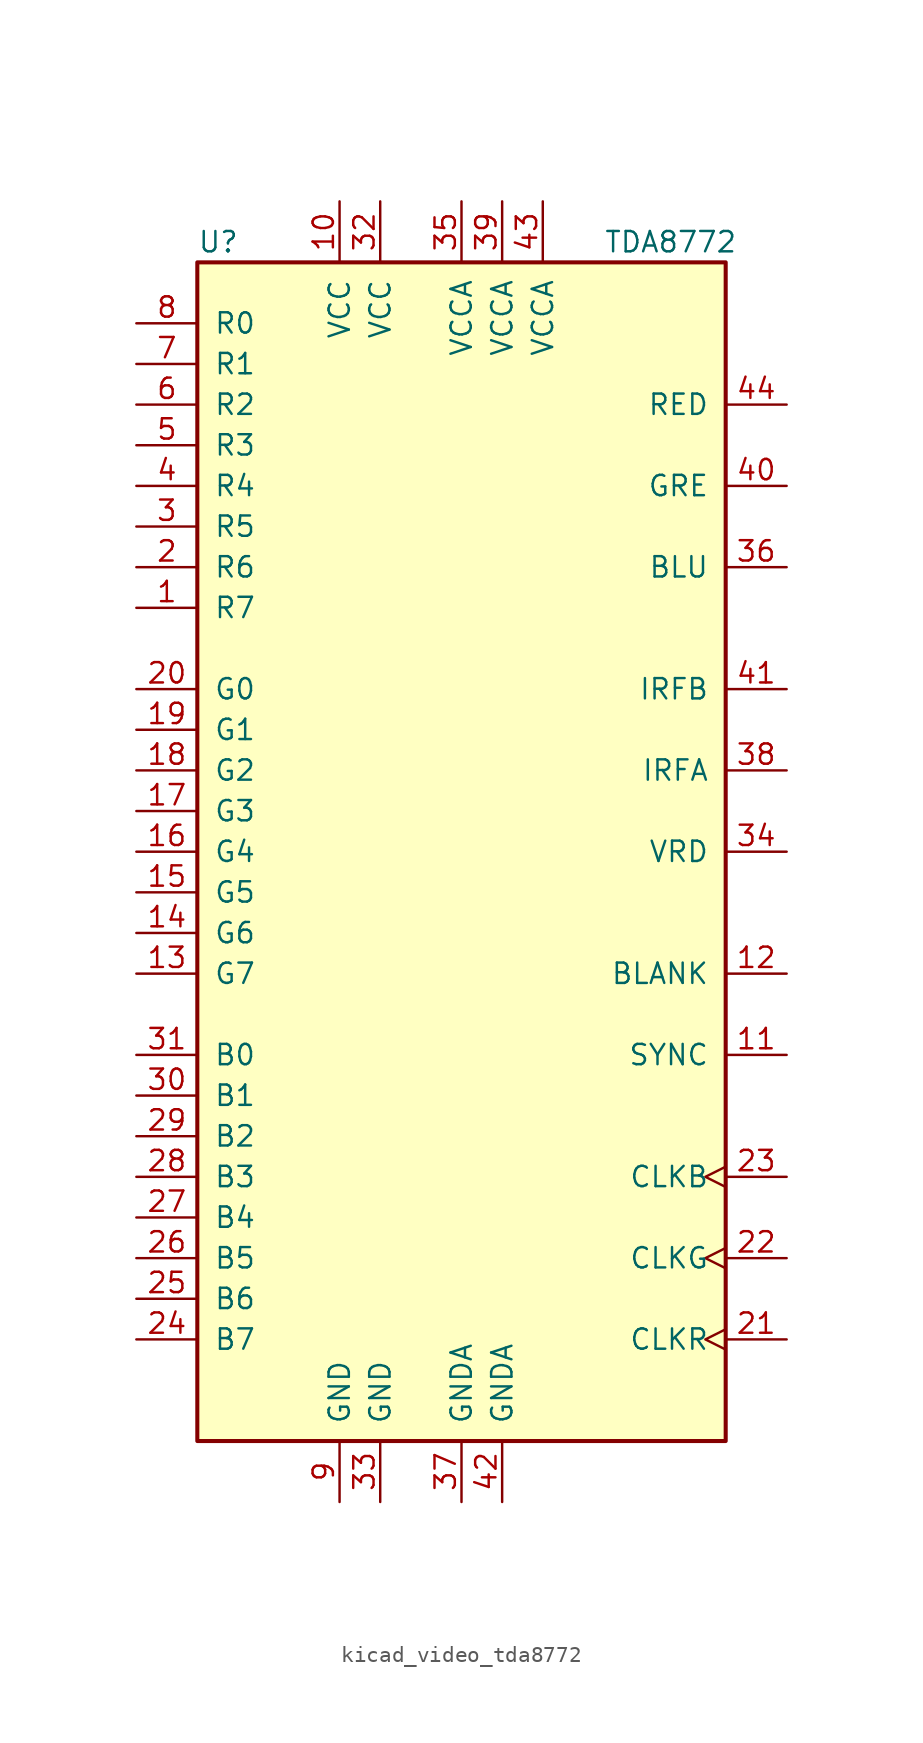
<source format=kicad_sym>
(kicad_symbol_lib
  (version 20220914)
  (generator kicad_symbol_editor)
  (symbol "kicad_video_tda8772"
    (pin_names
      (offset 1.016))
    (property "Reference" "U"
      (at -16.51 38.1 0)
      (effects (font (size 1.27 1.27)) (justify left)))
    (property "Value" "TDA8772"
      (at 8.89 38.1 0)
      (effects (font (size 1.27 1.27)) (justify left)))
    (symbol "kicad_video_tda8772_0_1"
      (rectangle (start -16.51 -36.83) (end 16.51 36.83) (stroke (width 0.254) (type default)) (fill (type background))))
    (symbol "kicad_video_tda8772_1_1"
      (pin input line (at -20.32 15.24 0) (length 3.81) (name "R7" (effects (font (size 1.27 1.27)))) (number "1" (effects (font (size 1.27 1.27)))))
      (pin power_in line (at -7.62 40.64 270) (length 3.81) (name "VCC" (effects (font (size 1.27 1.27)))) (number "10" (effects (font (size 1.27 1.27)))))
      (pin input line (at 20.32 -12.7 180) (length 3.81) (name "SYNC" (effects (font (size 1.27 1.27)))) (number "11" (effects (font (size 1.27 1.27)))))
      (pin input line (at 20.32 -7.62 180) (length 3.81) (name "BLANK" (effects (font (size 1.27 1.27)))) (number "12" (effects (font (size 1.27 1.27)))))
      (pin input line (at -20.32 -7.62 0) (length 3.81) (name "G7" (effects (font (size 1.27 1.27)))) (number "13" (effects (font (size 1.27 1.27)))))
      (pin input line (at -20.32 -5.08 0) (length 3.81) (name "G6" (effects (font (size 1.27 1.27)))) (number "14" (effects (font (size 1.27 1.27)))))
      (pin input line (at -20.32 -2.54 0) (length 3.81) (name "G5" (effects (font (size 1.27 1.27)))) (number "15" (effects (font (size 1.27 1.27)))))
      (pin input line (at -20.32 0 0) (length 3.81) (name "G4" (effects (font (size 1.27 1.27)))) (number "16" (effects (font (size 1.27 1.27)))))
      (pin input line (at -20.32 2.54 0) (length 3.81) (name "G3" (effects (font (size 1.27 1.27)))) (number "17" (effects (font (size 1.27 1.27)))))
      (pin input line (at -20.32 5.08 0) (length 3.81) (name "G2" (effects (font (size 1.27 1.27)))) (number "18" (effects (font (size 1.27 1.27)))))
      (pin input line (at -20.32 7.62 0) (length 3.81) (name "G1" (effects (font (size 1.27 1.27)))) (number "19" (effects (font (size 1.27 1.27)))))
      (pin input line (at -20.32 17.78 0) (length 3.81) (name "R6" (effects (font (size 1.27 1.27)))) (number "2" (effects (font (size 1.27 1.27)))))
      (pin input line (at -20.32 10.16 0) (length 3.81) (name "G0" (effects (font (size 1.27 1.27)))) (number "20" (effects (font (size 1.27 1.27)))))
      (pin input clock (at 20.32 -30.48 180) (length 3.81) (name "CLKR" (effects (font (size 1.27 1.27)))) (number "21" (effects (font (size 1.27 1.27)))))
      (pin input clock (at 20.32 -25.4 180) (length 3.81) (name "CLKG" (effects (font (size 1.27 1.27)))) (number "22" (effects (font (size 1.27 1.27)))))
      (pin input clock (at 20.32 -20.32 180) (length 3.81) (name "CLKB" (effects (font (size 1.27 1.27)))) (number "23" (effects (font (size 1.27 1.27)))))
      (pin input line (at -20.32 -30.48 0) (length 3.81) (name "B7" (effects (font (size 1.27 1.27)))) (number "24" (effects (font (size 1.27 1.27)))))
      (pin input line (at -20.32 -27.94 0) (length 3.81) (name "B6" (effects (font (size 1.27 1.27)))) (number "25" (effects (font (size 1.27 1.27)))))
      (pin input line (at -20.32 -25.4 0) (length 3.81) (name "B5" (effects (font (size 1.27 1.27)))) (number "26" (effects (font (size 1.27 1.27)))))
      (pin input line (at -20.32 -22.86 0) (length 3.81) (name "B4" (effects (font (size 1.27 1.27)))) (number "27" (effects (font (size 1.27 1.27)))))
      (pin input line (at -20.32 -20.32 0) (length 3.81) (name "B3" (effects (font (size 1.27 1.27)))) (number "28" (effects (font (size 1.27 1.27)))))
      (pin input line (at -20.32 -17.78 0) (length 3.81) (name "B2" (effects (font (size 1.27 1.27)))) (number "29" (effects (font (size 1.27 1.27)))))
      (pin input line (at -20.32 20.32 0) (length 3.81) (name "R5" (effects (font (size 1.27 1.27)))) (number "3" (effects (font (size 1.27 1.27)))))
      (pin input line (at -20.32 -15.24 0) (length 3.81) (name "B1" (effects (font (size 1.27 1.27)))) (number "30" (effects (font (size 1.27 1.27)))))
      (pin input line (at -20.32 -12.7 0) (length 3.81) (name "B0" (effects (font (size 1.27 1.27)))) (number "31" (effects (font (size 1.27 1.27)))))
      (pin power_in line (at -5.08 40.64 270) (length 3.81) (name "VCC" (effects (font (size 1.27 1.27)))) (number "32" (effects (font (size 1.27 1.27)))))
      (pin power_in line (at -5.08 -40.64 90) (length 3.81) (name "GND" (effects (font (size 1.27 1.27)))) (number "33" (effects (font (size 1.27 1.27)))))
      (pin input line (at 20.32 0 180) (length 3.81) (name "VRD" (effects (font (size 1.27 1.27)))) (number "34" (effects (font (size 1.27 1.27)))))
      (pin power_in line (at 0 40.64 270) (length 3.81) (name "VCCA" (effects (font (size 1.27 1.27)))) (number "35" (effects (font (size 1.27 1.27)))))
      (pin output line (at 20.32 17.78 180) (length 3.81) (name "BLU" (effects (font (size 1.27 1.27)))) (number "36" (effects (font (size 1.27 1.27)))))
      (pin power_in line (at 0 -40.64 90) (length 3.81) (name "GNDA" (effects (font (size 1.27 1.27)))) (number "37" (effects (font (size 1.27 1.27)))))
      (pin passive line (at 20.32 5.08 180) (length 3.81) (name "IRFA" (effects (font (size 1.27 1.27)))) (number "38" (effects (font (size 1.27 1.27)))))
      (pin power_in line (at 2.54 40.64 270) (length 3.81) (name "VCCA" (effects (font (size 1.27 1.27)))) (number "39" (effects (font (size 1.27 1.27)))))
      (pin input line (at -20.32 22.86 0) (length 3.81) (name "R4" (effects (font (size 1.27 1.27)))) (number "4" (effects (font (size 1.27 1.27)))))
      (pin output line (at 20.32 22.86 180) (length 3.81) (name "GRE" (effects (font (size 1.27 1.27)))) (number "40" (effects (font (size 1.27 1.27)))))
      (pin passive line (at 20.32 10.16 180) (length 3.81) (name "IRFB" (effects (font (size 1.27 1.27)))) (number "41" (effects (font (size 1.27 1.27)))))
      (pin power_in line (at 2.54 -40.64 90) (length 3.81) (name "GNDA" (effects (font (size 1.27 1.27)))) (number "42" (effects (font (size 1.27 1.27)))))
      (pin power_in line (at 5.08 40.64 270) (length 3.81) (name "VCCA" (effects (font (size 1.27 1.27)))) (number "43" (effects (font (size 1.27 1.27)))))
      (pin output line (at 20.32 27.94 180) (length 3.81) (name "RED" (effects (font (size 1.27 1.27)))) (number "44" (effects (font (size 1.27 1.27)))))
      (pin input line (at -20.32 25.4 0) (length 3.81) (name "R3" (effects (font (size 1.27 1.27)))) (number "5" (effects (font (size 1.27 1.27)))))
      (pin input line (at -20.32 27.94 0) (length 3.81) (name "R2" (effects (font (size 1.27 1.27)))) (number "6" (effects (font (size 1.27 1.27)))))
      (pin input line (at -20.32 30.48 0) (length 3.81) (name "R1" (effects (font (size 1.27 1.27)))) (number "7" (effects (font (size 1.27 1.27)))))
      (pin input line (at -20.32 33.02 0) (length 3.81) (name "R0" (effects (font (size 1.27 1.27)))) (number "8" (effects (font (size 1.27 1.27)))))
      (pin power_in line (at -7.62 -40.64 90) (length 3.81) (name "GND" (effects (font (size 1.27 1.27)))) (number "9" (effects (font (size 1.27 1.27))))))))
</source>
